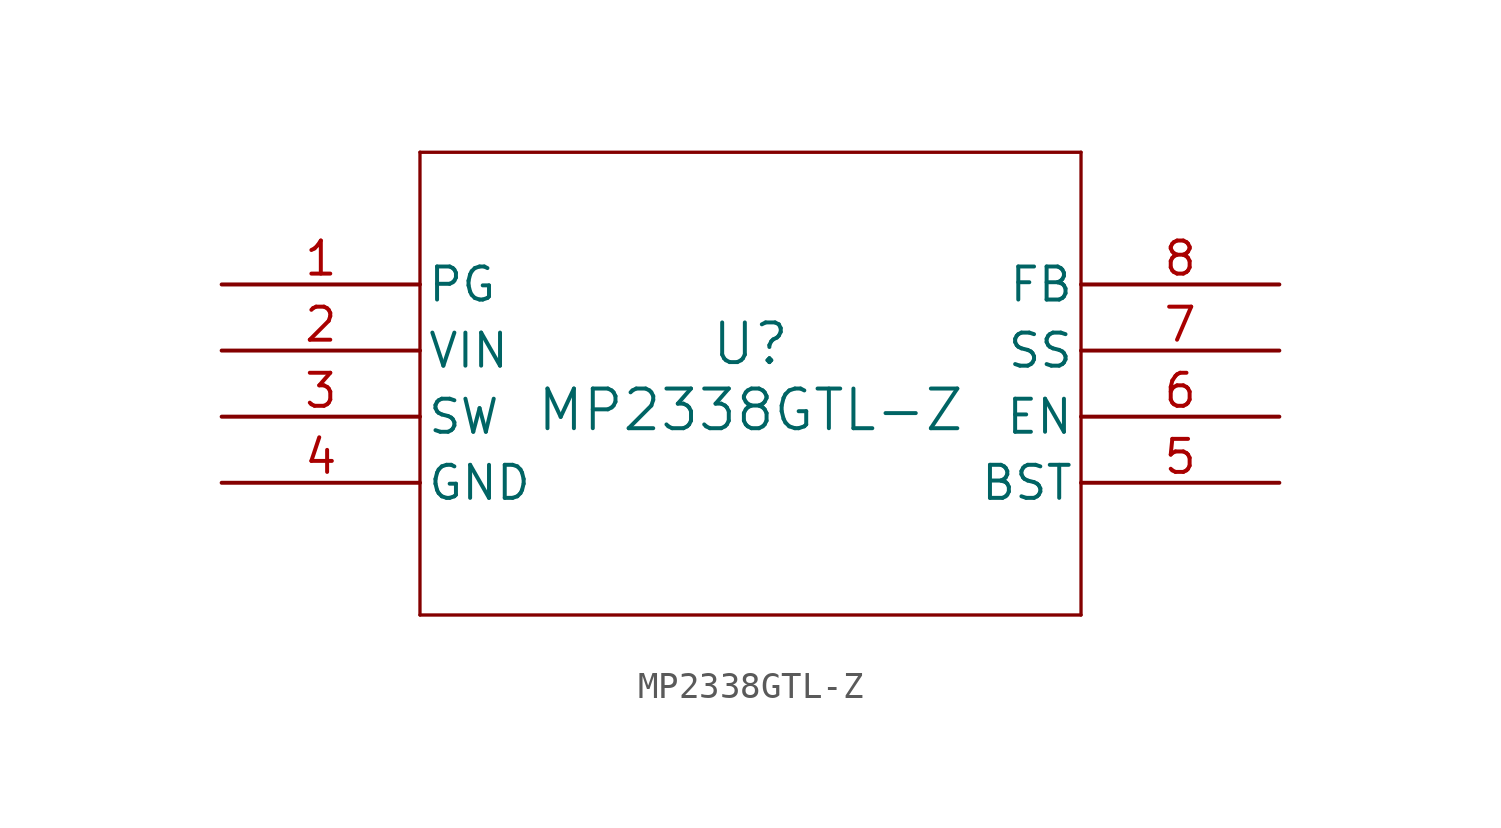
<source format=kicad_sym>
(kicad_symbol_lib
  (version 20241209)
  (generator "kicad_symbol_editor")
  (generator_version "9.0")
  (symbol "MP2338GTL-Z"
    (pin_names
      (offset 0.254))
    (property "Reference" "U"
      (at 20.32 -2.286 0)
      (effects (font (size 1.524 1.524))))
    (property "Value" "MP2338GTL-Z"
      (at 20.32 -4.826 0)
      (effects (font (size 1.524 1.524))))
    (property "ki_locked" ""
      (at 0 0 0)
      (effects (font (size 1.27 1.27))))
    (symbol "MP2338GTL-Z_0_1"
      (polyline (pts (xy 7.62 5.08) (xy 7.62 -12.7)) (stroke (width 0.127) (type default)) (fill (type none)))
      (polyline (pts (xy 7.62 -12.7) (xy 33.02 -12.7)) (stroke (width 0.127) (type default)) (fill (type none)))
      (polyline (pts (xy 33.02 5.08) (xy 7.62 5.08)) (stroke (width 0.127) (type default)) (fill (type none)))
      (polyline (pts (xy 33.02 -12.7) (xy 33.02 5.08)) (stroke (width 0.127) (type default)) (fill (type none)))
      (pin output line (at 0 0 0) (length 7.62) (name "PG" (effects (font (size 1.27 1.27)))) (number "1" (effects (font (size 1.27 1.27)))))
      (pin power_in line (at 0 -2.54 0) (length 7.62) (name "VIN" (effects (font (size 1.27 1.27)))) (number "2" (effects (font (size 1.27 1.27)))))
      (pin power_in line (at 0 -7.62 0) (length 7.62) (name "GND" (effects (font (size 1.27 1.27)))) (number "4" (effects (font (size 1.27 1.27)))))
      (pin input line (at 40.64 -5.08 180) (length 7.62) (name "EN" (effects (font (size 1.27 1.27)))) (number "6" (effects (font (size 1.27 1.27)))))
      (pin power_in line (at 40.64 -7.62 180) (length 7.62) (name "BST" (effects (font (size 1.27 1.27)))) (number "5" (effects (font (size 1.27 1.27))))))
    (symbol "MP2338GTL-Z_1_1"
      (pin power_out line (at 0 -5.08 0) (length 7.62) (name "SW" (effects (font (size 1.27 1.27)))) (number "3" (effects (font (size 1.27 1.27)))))
      (pin input line (at 40.64 0 180) (length 7.62) (name "FB" (effects (font (size 1.27 1.27)))) (number "8" (effects (font (size 1.27 1.27)))))
      (pin passive line (at 40.64 -2.54 180) (length 7.62) (name "SS" (effects (font (size 1.27 1.27)))) (number "7" (effects (font (size 1.27 1.27))))))))
</source>
